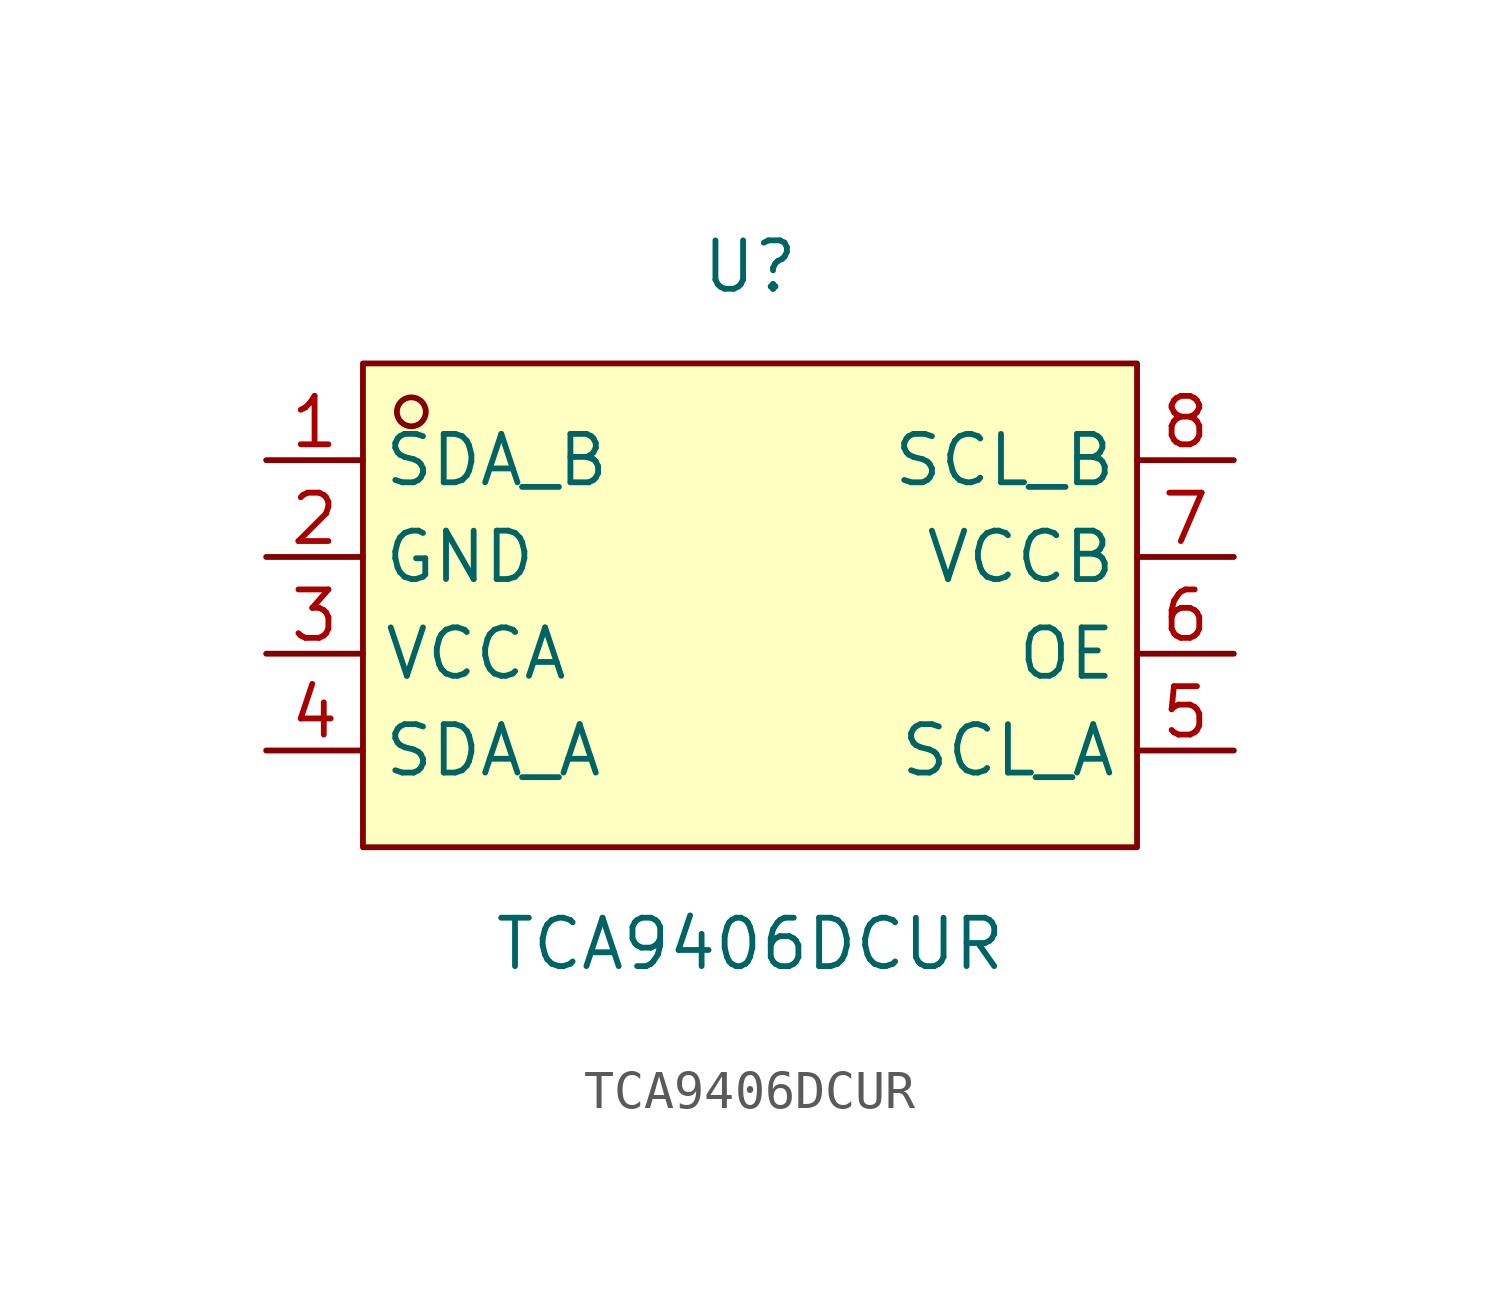
<source format=kicad_sym>
(kicad_symbol_lib
  (version 20211014)
  (generator https://github.com/uPesy/easyeda2kicad.py)
  (symbol "TCA9406DCUR"
    (property "Reference" "U"
      (at 0 8.89 0)
      (effects (font (size 1.27 1.27))))
    (property "Value" "TCA9406DCUR"
      (at 0 -8.89 0)
      (effects (font (size 1.27 1.27))))
    (symbol "TCA9406DCUR_0_1"
      (rectangle (start -10.16 6.35) (end 10.16 -6.35) (stroke (width 0) (type default) (color 0 0 0 0)) (fill (type background)))
      (circle (center -8.89 5.08) (radius 0.38) (stroke (width 0) (type default) (color 0 0 0 0)) (fill (type none)))
      (pin unspecified line (at -12.70 3.81 0) (length 2.54) (name "SDA_B" (effects (font (size 1.27 1.27)))) (number "1" (effects (font (size 1.27 1.27)))))
      (pin unspecified line (at -12.70 1.27 0) (length 2.54) (name "GND" (effects (font (size 1.27 1.27)))) (number "2" (effects (font (size 1.27 1.27)))))
      (pin unspecified line (at -12.70 -1.27 0) (length 2.54) (name "VCCA" (effects (font (size 1.27 1.27)))) (number "3" (effects (font (size 1.27 1.27)))))
      (pin unspecified line (at -12.70 -3.81 0) (length 2.54) (name "SDA_A" (effects (font (size 1.27 1.27)))) (number "4" (effects (font (size 1.27 1.27)))))
      (pin unspecified line (at 12.70 -3.81 180) (length 2.54) (name "SCL_A" (effects (font (size 1.27 1.27)))) (number "5" (effects (font (size 1.27 1.27)))))
      (pin unspecified line (at 12.70 -1.27 180) (length 2.54) (name "OE" (effects (font (size 1.27 1.27)))) (number "6" (effects (font (size 1.27 1.27)))))
      (pin unspecified line (at 12.70 1.27 180) (length 2.54) (name "VCCB" (effects (font (size 1.27 1.27)))) (number "7" (effects (font (size 1.27 1.27)))))
      (pin unspecified line (at 12.70 3.81 180) (length 2.54) (name "SCL_B" (effects (font (size 1.27 1.27)))) (number "8" (effects (font (size 1.27 1.27))))))))
</source>
